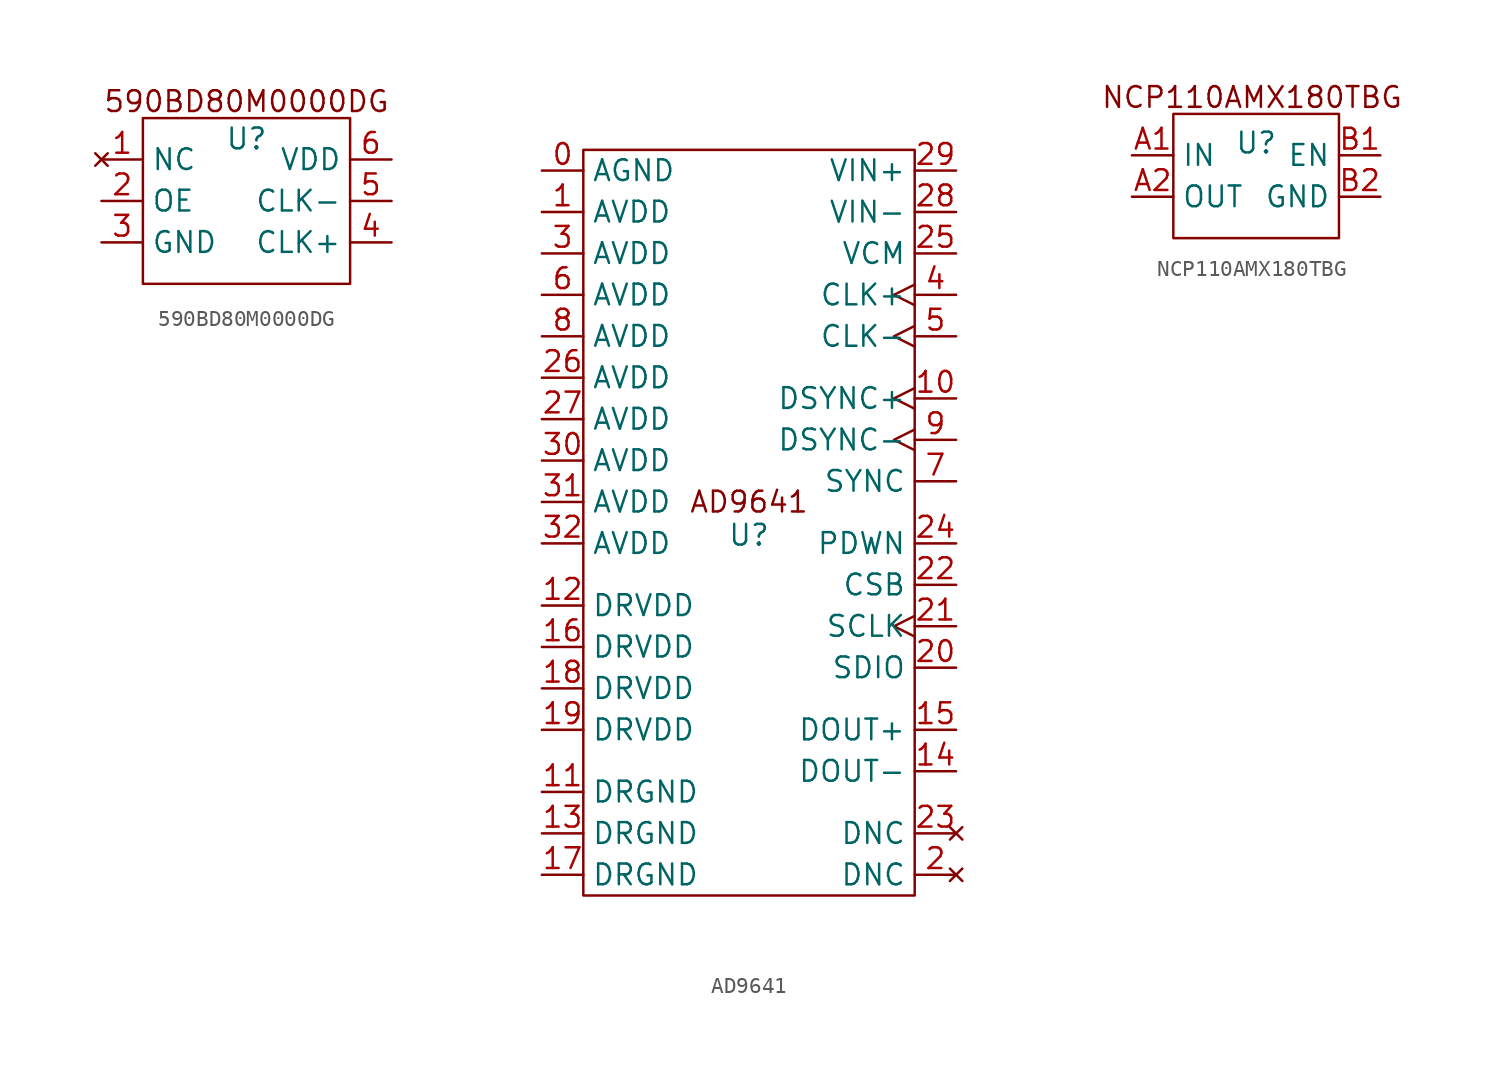
<source format=kicad_sym>
(kicad_symbol_lib
  (version 20231120)
  (generator "kicad_symbol_editor")
  (generator_version "8.0")
  (symbol "590BD80M0000DG"
    (property "Reference" "U"
      (at 0 3.81 0)
      (effects (font (size 1.27 1.27))))
    (property "Value" ""
      (at -1.27 0 0)
      (effects (font (size 1.27 1.27))))
    (symbol "590BD80M0000DG_0_1"
      (rectangle (start -6.35 5.08) (end 6.35 -5.08) (stroke (width 0) (type default)) (fill (type none))))
    (symbol "590BD80M0000DG_1_1"
      (text "590BD80M0000DG" (at 0 6.096 0) (effects (font (size 1.27 1.27))))
      (pin no_connect line (at -8.89 2.54 0) (length 2.54) (name "NC" (effects (font (size 1.27 1.27)))) (number "1" (effects (font (size 1.27 1.27)))))
      (pin input line (at -8.89 0 0) (length 2.54) (name "OE" (effects (font (size 1.27 1.27)))) (number "2" (effects (font (size 1.27 1.27)))))
      (pin input line (at -8.89 -2.54 0) (length 2.54) (name "GND" (effects (font (size 1.27 1.27)))) (number "3" (effects (font (size 1.27 1.27)))))
      (pin output line (at 8.89 -2.54 180) (length 2.54) (name "CLK+" (effects (font (size 1.27 1.27)))) (number "4" (effects (font (size 1.27 1.27)))))
      (pin output line (at 8.89 0 180) (length 2.54) (name "CLK-" (effects (font (size 1.27 1.27)))) (number "5" (effects (font (size 1.27 1.27)))))
      (pin input line (at 8.89 2.54 180) (length 2.54) (name "VDD" (effects (font (size 1.27 1.27)))) (number "6" (effects (font (size 1.27 1.27)))))))
  (symbol "AD9641"
    (property "Reference" "U"
      (at 0 -2.032 0)
      (effects (font (size 1.27 1.27))))
    (property "Value" ""
      (at 0 -2.032 0)
      (effects (font (size 1.27 1.27))))
    (symbol "AD9641_0_1"
      (rectangle (start -10.16 21.59) (end 10.16 -24.13) (stroke (width 0) (type default)) (fill (type none))))
    (symbol "AD9641_1_1"
      (text "AD9641" (at 0 0 0) (effects (font (size 1.27 1.27))))
      (pin input line (at -12.7 20.32 0) (length 2.54) (name "AGND" (effects (font (size 1.27 1.27)))) (number "0" (effects (font (size 1.27 1.27)))))
      (pin input line (at -12.7 17.78 0) (length 2.54) (name "AVDD" (effects (font (size 1.27 1.27)))) (number "1" (effects (font (size 1.27 1.27)))))
      (pin input clock (at 12.7 6.35 180) (length 2.54) (name "DSYNC+" (effects (font (size 1.27 1.27)))) (number "10" (effects (font (size 1.27 1.27)))))
      (pin input line (at -12.7 -17.78 0) (length 2.54) (name "DRGND" (effects (font (size 1.27 1.27)))) (number "11" (effects (font (size 1.27 1.27)))))
      (pin input line (at -12.7 -6.35 0) (length 2.54) (name "DRVDD" (effects (font (size 1.27 1.27)))) (number "12" (effects (font (size 1.27 1.27)))))
      (pin input line (at -12.7 -20.32 0) (length 2.54) (name "DRGND" (effects (font (size 1.27 1.27)))) (number "13" (effects (font (size 1.27 1.27)))))
      (pin output line (at 12.7 -16.51 180) (length 2.54) (name "DOUT-" (effects (font (size 1.27 1.27)))) (number "14" (effects (font (size 1.27 1.27)))))
      (pin output line (at 12.7 -13.97 180) (length 2.54) (name "DOUT+" (effects (font (size 1.27 1.27)))) (number "15" (effects (font (size 1.27 1.27)))))
      (pin input line (at -12.7 -8.89 0) (length 2.54) (name "DRVDD" (effects (font (size 1.27 1.27)))) (number "16" (effects (font (size 1.27 1.27)))))
      (pin input line (at -12.7 -22.86 0) (length 2.54) (name "DRGND" (effects (font (size 1.27 1.27)))) (number "17" (effects (font (size 1.27 1.27)))))
      (pin input line (at -12.7 -11.43 0) (length 2.54) (name "DRVDD" (effects (font (size 1.27 1.27)))) (number "18" (effects (font (size 1.27 1.27)))))
      (pin input line (at -12.7 -13.97 0) (length 2.54) (name "DRVDD" (effects (font (size 1.27 1.27)))) (number "19" (effects (font (size 1.27 1.27)))))
      (pin no_connect line (at 12.7 -22.86 180) (length 2.54) (name "DNC" (effects (font (size 1.27 1.27)))) (number "2" (effects (font (size 1.27 1.27)))))
      (pin bidirectional line (at 12.7 -10.16 180) (length 2.54) (name "SDIO" (effects (font (size 1.27 1.27)))) (number "20" (effects (font (size 1.27 1.27)))))
      (pin input clock (at 12.7 -7.62 180) (length 2.54) (name "SCLK" (effects (font (size 1.27 1.27)))) (number "21" (effects (font (size 1.27 1.27)))))
      (pin input line (at 12.7 -5.08 180) (length 2.54) (name "CSB" (effects (font (size 1.27 1.27)))) (number "22" (effects (font (size 1.27 1.27)))))
      (pin no_connect line (at 12.7 -20.32 180) (length 2.54) (name "DNC" (effects (font (size 1.27 1.27)))) (number "23" (effects (font (size 1.27 1.27)))))
      (pin input line (at 12.7 -2.54 180) (length 2.54) (name "PDWN" (effects (font (size 1.27 1.27)))) (number "24" (effects (font (size 1.27 1.27)))))
      (pin output line (at 12.7 15.24 180) (length 2.54) (name "VCM" (effects (font (size 1.27 1.27)))) (number "25" (effects (font (size 1.27 1.27)))))
      (pin input line (at -12.7 7.62 0) (length 2.54) (name "AVDD" (effects (font (size 1.27 1.27)))) (number "26" (effects (font (size 1.27 1.27)))))
      (pin input line (at -12.7 5.08 0) (length 2.54) (name "AVDD" (effects (font (size 1.27 1.27)))) (number "27" (effects (font (size 1.27 1.27)))))
      (pin input line (at 12.7 17.78 180) (length 2.54) (name "VIN-" (effects (font (size 1.27 1.27)))) (number "28" (effects (font (size 1.27 1.27)))))
      (pin input line (at 12.7 20.32 180) (length 2.54) (name "VIN+" (effects (font (size 1.27 1.27)))) (number "29" (effects (font (size 1.27 1.27)))))
      (pin input line (at -12.7 15.24 0) (length 2.54) (name "AVDD" (effects (font (size 1.27 1.27)))) (number "3" (effects (font (size 1.27 1.27)))))
      (pin input line (at -12.7 2.54 0) (length 2.54) (name "AVDD" (effects (font (size 1.27 1.27)))) (number "30" (effects (font (size 1.27 1.27)))))
      (pin input line (at -12.7 0 0) (length 2.54) (name "AVDD" (effects (font (size 1.27 1.27)))) (number "31" (effects (font (size 1.27 1.27)))))
      (pin input line (at -12.7 -2.54 0) (length 2.54) (name "AVDD" (effects (font (size 1.27 1.27)))) (number "32" (effects (font (size 1.27 1.27)))))
      (pin input clock (at 12.7 12.7 180) (length 2.54) (name "CLK+" (effects (font (size 1.27 1.27)))) (number "4" (effects (font (size 1.27 1.27)))))
      (pin input clock (at 12.7 10.16 180) (length 2.54) (name "CLK-" (effects (font (size 1.27 1.27)))) (number "5" (effects (font (size 1.27 1.27)))))
      (pin input line (at -12.7 12.7 0) (length 2.54) (name "AVDD" (effects (font (size 1.27 1.27)))) (number "6" (effects (font (size 1.27 1.27)))))
      (pin input line (at 12.7 1.27 180) (length 2.54) (name "SYNC" (effects (font (size 1.27 1.27)))) (number "7" (effects (font (size 1.27 1.27)))))
      (pin input line (at -12.7 10.16 0) (length 2.54) (name "AVDD" (effects (font (size 1.27 1.27)))) (number "8" (effects (font (size 1.27 1.27)))))
      (pin input clock (at 12.7 3.81 180) (length 2.54) (name "DSYNC-" (effects (font (size 1.27 1.27)))) (number "9" (effects (font (size 1.27 1.27)))))))
  (symbol "NCP110AMX180TBG"
    (property "Reference" "U"
      (at 0 3.302 0)
      (effects (font (size 1.27 1.27))))
    (property "Value" ""
      (at 0 0 0)
      (effects (font (size 1.27 1.27))))
    (symbol "NCP110AMX180TBG_0_1"
      (rectangle (start -5.08 5.08) (end 5.08 -2.54) (stroke (width 0) (type default)) (fill (type none))))
    (symbol "NCP110AMX180TBG_1_1"
      (text "NCP110AMX180TBG" (at -0.254 6.096 0) (effects (font (size 1.27 1.27))))
      (pin input line (at -7.62 2.54 0) (length 2.54) (name "IN" (effects (font (size 1.27 1.27)))) (number "A1" (effects (font (size 1.27 1.27)))))
      (pin output line (at -7.62 0 0) (length 2.54) (name "OUT" (effects (font (size 1.27 1.27)))) (number "A2" (effects (font (size 1.27 1.27)))))
      (pin input line (at 7.62 2.54 180) (length 2.54) (name "EN" (effects (font (size 1.27 1.27)))) (number "B1" (effects (font (size 1.27 1.27)))))
      (pin input line (at 7.62 0 180) (length 2.54) (name "GND" (effects (font (size 1.27 1.27)))) (number "B2" (effects (font (size 1.27 1.27))))))))
</source>
